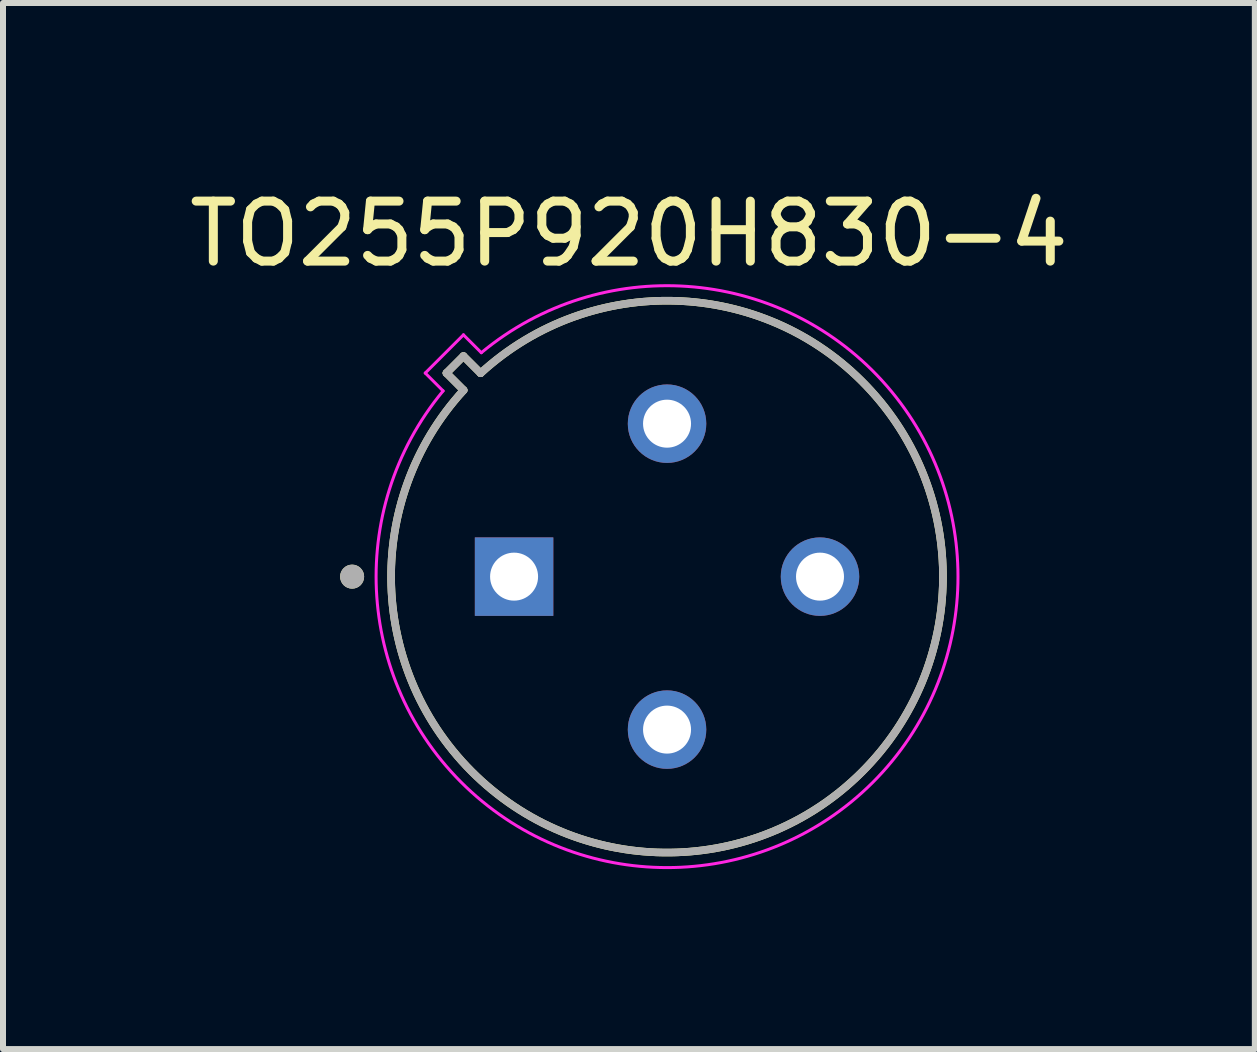
<source format=kicad_pcb>
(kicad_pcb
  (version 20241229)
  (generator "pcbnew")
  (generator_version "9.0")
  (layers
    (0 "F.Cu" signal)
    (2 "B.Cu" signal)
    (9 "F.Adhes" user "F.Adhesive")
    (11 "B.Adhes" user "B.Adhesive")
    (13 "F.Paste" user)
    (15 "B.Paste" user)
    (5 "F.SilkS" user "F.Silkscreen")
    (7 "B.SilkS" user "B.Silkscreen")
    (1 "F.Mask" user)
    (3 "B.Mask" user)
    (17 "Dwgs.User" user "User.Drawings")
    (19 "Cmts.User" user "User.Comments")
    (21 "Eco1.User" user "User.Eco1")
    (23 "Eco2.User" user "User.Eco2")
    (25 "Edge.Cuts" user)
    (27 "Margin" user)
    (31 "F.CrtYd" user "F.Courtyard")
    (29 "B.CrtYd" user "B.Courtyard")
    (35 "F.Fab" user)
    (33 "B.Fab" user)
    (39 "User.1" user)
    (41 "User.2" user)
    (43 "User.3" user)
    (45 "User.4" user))
  (footprint "TO255P920H830-4"
    (layer "F.Cu")
    (at 8.07 6.563)
    (property "Reference" "TO255P920H830-4" (at -0.635 -5.715 0) (layer "F.SilkS") (effects (font (size 1 1) (thickness 0.15))))
    (attr through_hole)
    (fp_line (start -3.677 -3.394) (end -3.391 -3.108) (stroke (width 0.127) (type solid)) (layer "F.SilkS"))
    (fp_line (start -3.394 -3.677) (end -3.677 -3.394) (stroke (width 0.127) (type solid)) (layer "F.SilkS"))
    (fp_line (start -3.394 -3.677) (end -3.108 -3.391) (stroke (width 0.127) (type solid)) (layer "F.SilkS"))
    (fp_arc (start -3.10819 -3.39104) (mid 3.252615 3.252615) (end -3.39104 -3.10819) (stroke (width 0.127) (type solid)) (layer "F.SilkS"))
    (fp_circle (center -5.25 0) (end -5.15 0) (stroke (width 0.2) (type solid)) (fill no) (layer "F.SilkS"))
    (fp_line (start -4.031 -3.394) (end -3.733 -3.096) (stroke (width 0.05) (type solid)) (layer "F.CrtYd"))
    (fp_line (start -3.394 -4.031) (end -4.031 -3.394) (stroke (width 0.05) (type solid)) (layer "F.CrtYd"))
    (fp_line (start -3.394 -4.031) (end -3.096 -3.733) (stroke (width 0.05) (type solid)) (layer "F.CrtYd"))
    (fp_arc (start -3.09648 -3.73287) (mid 3.429738 3.429738) (end -3.73287 -3.09648) (stroke (width 0.05) (type solid)) (layer "F.CrtYd"))
    (fp_line (start -3.677 -3.394) (end -3.391 -3.108) (stroke (width 0.127) (type solid)) (layer "F.Fab"))
    (fp_line (start -3.394 -3.677) (end -3.677 -3.394) (stroke (width 0.127) (type solid)) (layer "F.Fab"))
    (fp_line (start -3.394 -3.677) (end -3.108 -3.391) (stroke (width 0.127) (type solid)) (layer "F.Fab"))
    (fp_arc (start -3.10819 -3.39104) (mid 3.252615 3.252615) (end -3.39104 -3.10819) (stroke (width 0.127) (type solid)) (layer "F.Fab"))
    (fp_circle (center -5.25 0) (end -5.15 0) (stroke (width 0.2) (type solid)) (fill no) (layer "F.Fab"))
    (pad "1" thru_hole rect (at -2.55 0) (size 1.308 1.308) (drill 0.8) (layers "*.Cu" "*.Mask"))
    (pad "2" thru_hole circle (at 0 2.55) (size 1.308 1.308) (drill 0.8) (layers "*.Cu" "*.Mask"))
    (pad "3" thru_hole circle (at 2.55 0) (size 1.308 1.308) (drill 0.8) (layers "*.Cu" "*.Mask"))
    (pad "4" thru_hole circle (at 0 -2.55) (size 1.308 1.308) (drill 0.8) (layers "*.Cu" "*.Mask")))
  (gr_rect
    (start -3 -3)
    (end 17.869 14.439)
    (stroke (width 0.1) (type default))
    (fill no)
    (layer "Edge.Cuts")))
</source>
